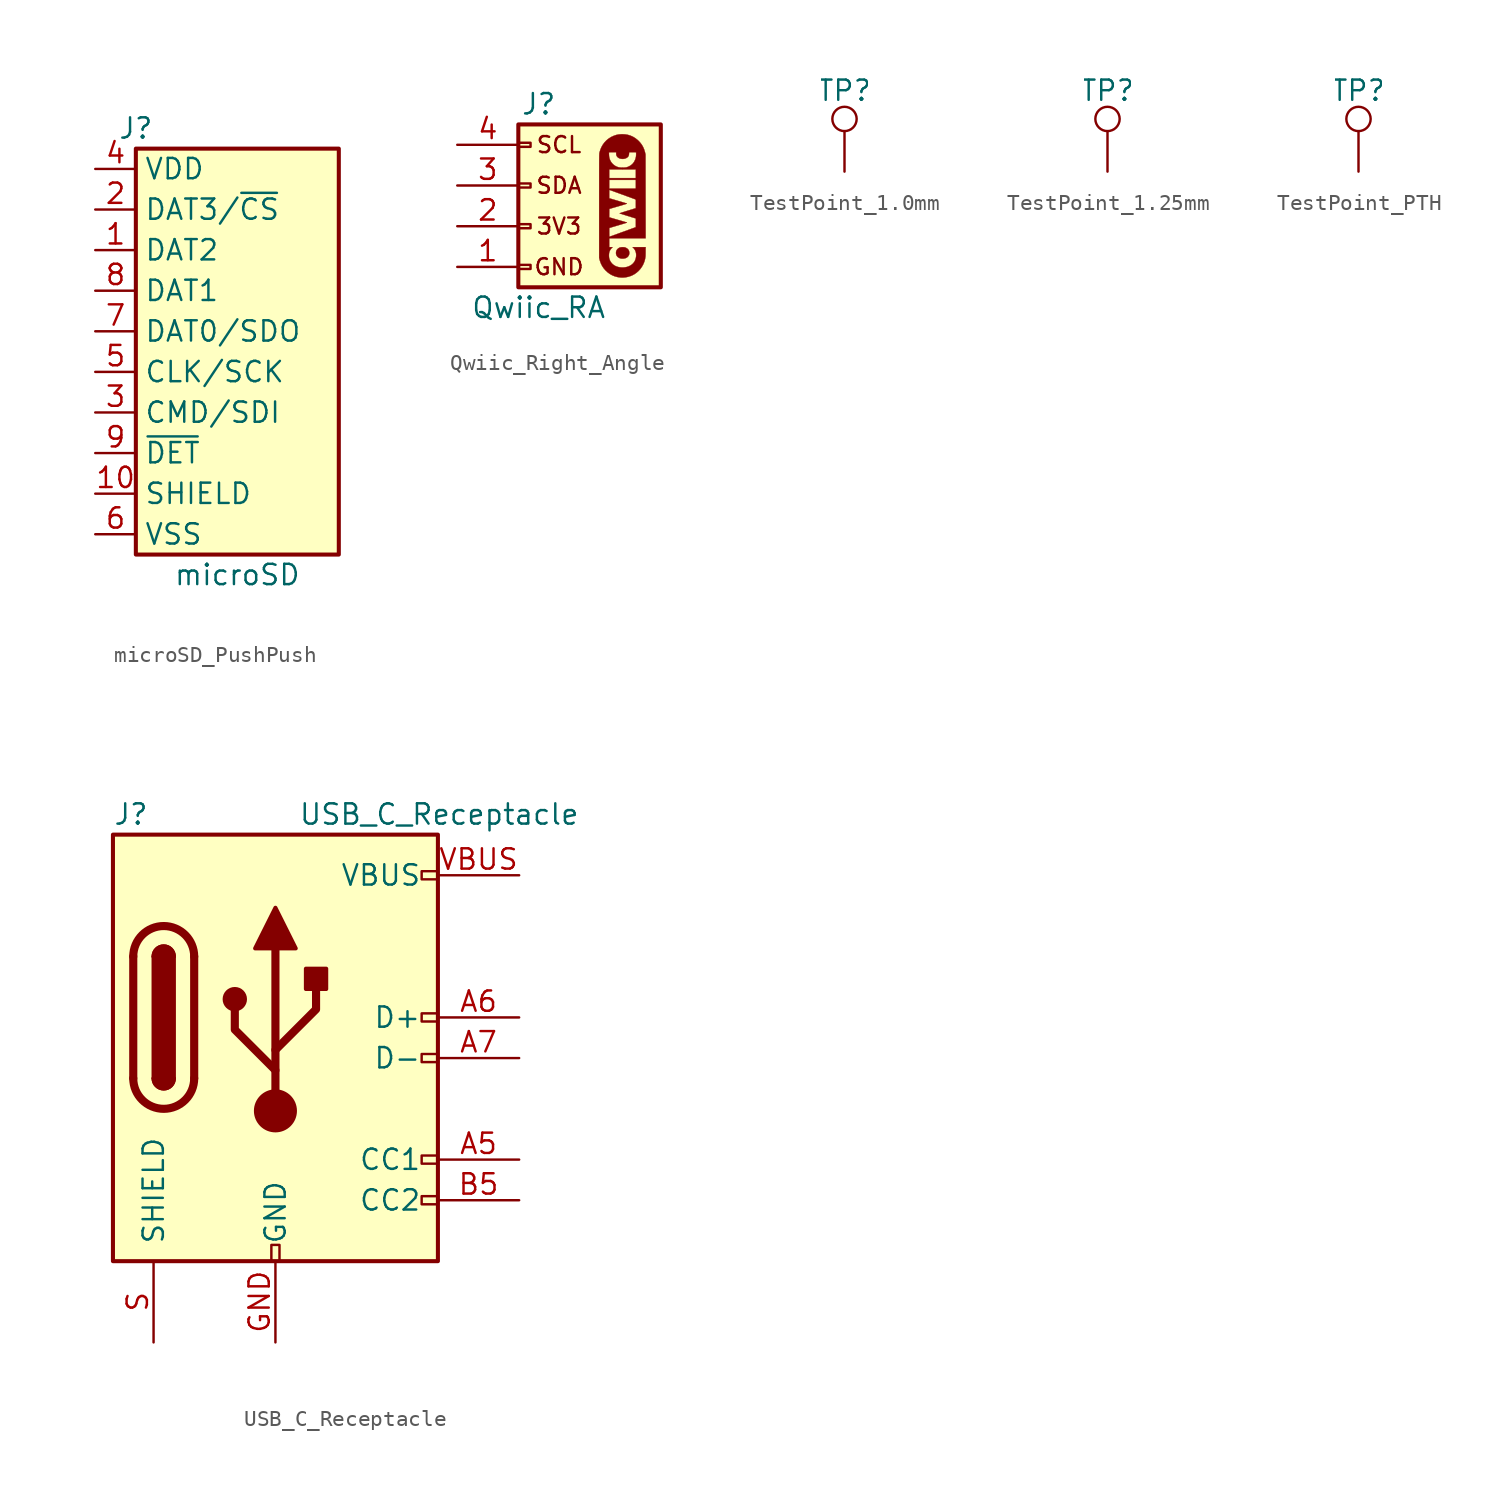
<source format=kicad_sym>
(kicad_symbol_lib
  (version 20231120)
  (generator "kicad_symbol_editor")
  (generator_version "8.0")
  (symbol "microSD_PushPush"
    (property "Reference" "J"
      (at -6.35 15.24 0)
      (do_not_autoplace)
      (effects (font (size 1.27 1.27))))
    (property "Value" "microSD"
      (at 0 -12.7 0)
      (do_not_autoplace)
      (effects (font (size 1.27 1.27))))
    (symbol "microSD_PushPush_1_1"
      (rectangle (start -6.35 13.97) (end 6.35 -11.43) (stroke (width 0.254) (type default)) (fill (type background)))
      (pin bidirectional line (at -8.89 7.62 0) (length 2.54) (name "DAT2" (effects (font (size 1.27 1.27)))) (number "1" (effects (font (size 1.27 1.27)))))
      (pin passive line (at -8.89 -7.62 0) (length 2.54) (name "SHIELD" (effects (font (size 1.27 1.27)))) (number "10" (effects (font (size 1.27 1.27)))))
      (pin bidirectional line (at -8.89 10.16 0) (length 2.54) (name "DAT3/~{CS}" (effects (font (size 1.27 1.27)))) (number "2" (effects (font (size 1.27 1.27)))))
      (pin input line (at -8.89 -2.54 0) (length 2.54) (name "CMD/SDI" (effects (font (size 1.27 1.27)))) (number "3" (effects (font (size 1.27 1.27)))))
      (pin power_in line (at -8.89 12.7 0) (length 2.54) (name "VDD" (effects (font (size 1.27 1.27)))) (number "4" (effects (font (size 1.27 1.27)))))
      (pin input line (at -8.89 0 0) (length 2.54) (name "CLK/SCK" (effects (font (size 1.27 1.27)))) (number "5" (effects (font (size 1.27 1.27)))))
      (pin power_in line (at -8.89 -10.16 0) (length 2.54) (name "VSS" (effects (font (size 1.27 1.27)))) (number "6" (effects (font (size 1.27 1.27)))))
      (pin bidirectional line (at -8.89 2.54 0) (length 2.54) (name "DAT0/SDO" (effects (font (size 1.27 1.27)))) (number "7" (effects (font (size 1.27 1.27)))))
      (pin bidirectional line (at -8.89 5.08 0) (length 2.54) (name "DAT1" (effects (font (size 1.27 1.27)))) (number "8" (effects (font (size 1.27 1.27)))))
      (pin passive line (at -8.89 -5.08 0) (length 2.54) (name "~{DET}" (effects (font (size 1.27 1.27)))) (number "9" (effects (font (size 1.27 1.27)))))))
  (symbol "Qwiic_Right_Angle"
    (pin_names
      (offset 1.016) hide)
    (property "Reference" "J"
      (at 0 5.08 0)
      (effects (font (size 1.27 1.27))))
    (property "Value" "Qwiic_RA"
      (at 0 -7.62 0)
      (effects (font (size 1.27 1.27))))
    (symbol "Qwiic_Right_Angle_0_0"
      (polyline (pts (xy 5.651 -4.146) (xy 5.63 -4.065) (xy 5.592 -3.998) (xy 5.537 -3.943) (xy 5.463 -3.896) (xy 5.439 -3.884) (xy 5.402 -3.868) (xy 5.368 -3.858) (xy 5.329 -3.852) (xy 5.277 -3.849) (xy 5.218 -3.847) (xy 5.123 -3.856) (xy 5.04 -3.88) (xy 4.97 -3.92) (xy 4.908 -3.976) (xy 4.894 -3.992) (xy 4.854 -4.055) (xy 4.831 -4.124) (xy 4.824 -4.205) (xy 4.824 -4.222) (xy 4.834 -4.301) (xy 4.861 -4.369) (xy 4.905 -4.431) (xy 4.933 -4.459) (xy 5.001 -4.509) (xy 5.079 -4.542) (xy 5.17 -4.559) (xy 5.274 -4.561) (xy 5.326 -4.556) (xy 5.42 -4.535) (xy 5.499 -4.497) (xy 5.564 -4.444) (xy 5.613 -4.376) (xy 5.647 -4.293) (xy 5.65 -4.279) (xy 5.656 -4.232) (xy 5.656 -4.188) (xy 5.651 -4.146)) (stroke (width 0.01) (type default)) (fill (type outline)))
      (polyline (pts (xy 6.669 -0.679) (xy 6.666 1.933) (xy 6.642 2.039) (xy 6.63 2.087) (xy 6.579 2.253) (xy 6.514 2.404) (xy 6.434 2.543) (xy 6.336 2.673) (xy 6.221 2.796) (xy 6.17 2.843) (xy 6.03 2.953) (xy 5.884 3.042) (xy 5.729 3.111) (xy 5.567 3.161) (xy 5.395 3.19) (xy 5.215 3.2) (xy 5.17 3.199) (xy 5.006 3.187) (xy 4.851 3.157) (xy 4.701 3.108) (xy 4.551 3.04) (xy 4.51 3.019) (xy 4.361 2.924) (xy 4.226 2.813) (xy 4.107 2.687) (xy 4.003 2.547) (xy 3.916 2.395) (xy 3.847 2.229) (xy 3.795 2.053) (xy 3.793 2.045) (xy 3.791 2.036) (xy 3.789 2.024) (xy 3.788 2.011) (xy 3.786 1.994) (xy 3.785 1.973) (xy 3.784 1.948) (xy 3.783 1.918) (xy 3.781 1.881) (xy 3.78 1.838) (xy 3.78 1.787) (xy 3.779 1.728) (xy 3.778 1.659) (xy 3.777 1.581) (xy 3.777 1.492) (xy 3.776 1.393) (xy 3.776 1.28) (xy 3.776 1.156) (xy 3.775 1.017) (xy 3.775 0.865) (xy 3.775 0.697) (xy 3.775 0.514) (xy 3.775 0.314) (xy 3.775 0.097) (xy 3.775 -0.139) (xy 3.774 -0.393) (xy 3.774 -0.666) (xy 3.774 -0.96) (xy 3.774 -1.274) (xy 3.774 -4.515) (xy 3.804 -4.632) (xy 3.824 -4.703) (xy 3.884 -4.868) (xy 3.961 -5.021) (xy 4.056 -5.162) (xy 4.17 -5.295) (xy 4.295 -5.412) (xy 4.436 -5.516) (xy 4.586 -5.601) (xy 4.746 -5.666) (xy 4.916 -5.712) (xy 5.096 -5.739) (xy 5.257 -5.744) (xy 5.423 -5.729) (xy 5.589 -5.695) (xy 5.753 -5.642) (xy 5.824 -5.612) (xy 5.973 -5.533) (xy 6.111 -5.436) (xy 6.237 -5.324) (xy 6.349 -5.198) (xy 6.447 -5.06) (xy 6.528 -4.911) (xy 6.593 -4.753) (xy 6.638 -4.588) (xy 6.665 -4.417) (xy 6.665 -4.405) (xy 6.666 -4.37) (xy 6.668 -4.32) (xy 6.669 -4.257) (xy 6.67 -4.186) (xy 6.67 -4.11) (xy 6.672 -3.846) (xy 6.266 -3.846) (xy 5.859 -3.846) (xy 5.922 -3.91) (xy 5.935 -3.924) (xy 6 -4.011) (xy 6.047 -4.11) (xy 6.075 -4.219) (xy 6.085 -4.338) (xy 6.078 -4.451) (xy 6.052 -4.575) (xy 6.007 -4.694) (xy 5.952 -4.786) (xy 5.877 -4.875) (xy 5.786 -4.952) (xy 5.683 -5.013) (xy 5.631 -5.037) (xy 5.564 -5.064) (xy 5.498 -5.083) (xy 5.425 -5.098) (xy 5.338 -5.11) (xy 5.245 -5.116) (xy 5.122 -5.111) (xy 5 -5.094) (xy 4.886 -5.064) (xy 4.786 -5.023) (xy 4.683 -4.962) (xy 4.588 -4.882) (xy 4.509 -4.788) (xy 4.447 -4.681) (xy 4.404 -4.563) (xy 4.403 -4.561) (xy 4.391 -4.499) (xy 4.385 -4.424) (xy 4.383 -4.345) (xy 4.387 -4.266) (xy 4.396 -4.196) (xy 4.409 -4.14) (xy 4.432 -4.082) (xy 4.485 -3.988) (xy 4.555 -3.903) (xy 4.611 -3.846) (xy 4.505 -3.846) (xy 4.4 -3.846) (xy 4.4 -3.569) (xy 4.4 -3.291) (xy 4.405 -3.291) (xy 4.405 -3.202) (xy 4.402 -2.93) (xy 4.402 -2.896) (xy 4.402 -2.808) (xy 4.402 -2.739) (xy 4.404 -2.691) (xy 4.407 -2.661) (xy 4.411 -2.65) (xy 4.414 -2.648) (xy 4.434 -2.642) (xy 4.472 -2.63) (xy 4.527 -2.613) (xy 4.595 -2.592) (xy 4.676 -2.568) (xy 4.767 -2.541) (xy 4.866 -2.512) (xy 4.971 -2.481) (xy 5.017 -2.467) (xy 5.119 -2.437) (xy 5.213 -2.409) (xy 5.298 -2.383) (xy 5.371 -2.36) (xy 5.431 -2.341) (xy 5.475 -2.326) (xy 5.503 -2.317) (xy 5.511 -2.312) (xy 5.505 -2.31) (xy 5.48 -2.302) (xy 5.437 -2.288) (xy 5.379 -2.271) (xy 5.309 -2.25) (xy 5.228 -2.226) (xy 5.138 -2.2) (xy 5.041 -2.172) (xy 4.985 -2.156) (xy 4.886 -2.128) (xy 4.793 -2.101) (xy 4.706 -2.076) (xy 4.63 -2.054) (xy 4.567 -2.035) (xy 4.519 -2.021) (xy 4.489 -2.012) (xy 4.399 -1.985) (xy 4.402 -1.723) (xy 4.405 -1.461) (xy 4.584 -1.408) (xy 4.616 -1.399) (xy 4.774 -1.353) (xy 4.912 -1.313) (xy 5.032 -1.278) (xy 5.135 -1.248) (xy 5.222 -1.222) (xy 5.295 -1.2) (xy 5.354 -1.182) (xy 5.402 -1.168) (xy 5.438 -1.156) (xy 5.465 -1.147) (xy 5.483 -1.139) (xy 5.495 -1.134) (xy 5.5 -1.13) (xy 5.5 -1.126) (xy 5.497 -1.124) (xy 5.492 -1.121) (xy 5.49 -1.121) (xy 5.469 -1.114) (xy 5.43 -1.102) (xy 5.374 -1.085) (xy 5.305 -1.064) (xy 5.224 -1.04) (xy 5.133 -1.013) (xy 5.034 -0.984) (xy 4.93 -0.953) (xy 4.4 -0.797) (xy 4.4 -0.533) (xy 4.4 -0.479) (xy 4.4 -0.411) (xy 4.402 -0.353) (xy 4.403 -0.308) (xy 4.405 -0.279) (xy 4.407 -0.269) (xy 4.409 -0.269) (xy 4.428 -0.276) (xy 4.466 -0.289) (xy 4.52 -0.309) (xy 4.59 -0.334) (xy 4.673 -0.364) (xy 4.768 -0.399) (xy 4.874 -0.437) (xy 4.988 -0.479) (xy 5.11 -0.524) (xy 5.238 -0.57) (xy 6.063 -0.872) (xy 6.063 -0.193) (xy 5.231 -0.193) (xy 4.4 -0.193) (xy 4.4 0.079) (xy 4.4 0.351) (xy 5.231 0.351) (xy 6.063 0.351) (xy 6.063 0.46) (xy 5.231 0.46) (xy 4.4 0.46) (xy 4.4 0.732) (xy 4.4 1.004) (xy 5.231 1.004) (xy 5.237 1.004) (xy 5.237 1.118) (xy 5.146 1.119) (xy 5.067 1.125) (xy 4.997 1.136) (xy 4.933 1.153) (xy 4.868 1.178) (xy 4.797 1.213) (xy 4.766 1.23) (xy 4.681 1.29) (xy 4.601 1.365) (xy 4.531 1.449) (xy 4.478 1.536) (xy 4.469 1.556) (xy 4.431 1.646) (xy 4.405 1.735) (xy 4.391 1.83) (xy 4.385 1.939) (xy 4.383 2.075) (xy 4.609 2.078) (xy 4.835 2.08) (xy 4.835 1.996) (xy 4.837 1.948) (xy 4.849 1.886) (xy 4.874 1.832) (xy 4.914 1.779) (xy 4.973 1.729) (xy 5.046 1.692) (xy 5.128 1.669) (xy 5.215 1.659) (xy 5.304 1.663) (xy 5.39 1.681) (xy 5.47 1.714) (xy 5.54 1.76) (xy 5.573 1.792) (xy 5.607 1.844) (xy 5.628 1.907) (xy 5.637 1.984) (xy 5.642 2.08) (xy 5.861 2.078) (xy 6.08 2.075) (xy 6.081 1.971) (xy 6.081 1.921) (xy 6.074 1.813) (xy 6.055 1.716) (xy 6.024 1.62) (xy 5.978 1.52) (xy 5.934 1.446) (xy 5.857 1.35) (xy 5.765 1.27) (xy 5.659 1.206) (xy 5.625 1.189) (xy 5.565 1.163) (xy 5.51 1.143) (xy 5.455 1.131) (xy 5.395 1.123) (xy 5.324 1.119) (xy 5.237 1.118) (xy 5.237 1.004) (xy 6.063 1.004) (xy 6.063 0.732) (xy 6.063 0.46) (xy 6.063 0.351) (xy 6.063 0.079) (xy 6.063 -0.193) (xy 6.063 -0.872) (xy 6.063 -1.144) (xy 6.063 -1.416) (xy 5.552 -1.573) (xy 5.536 -1.578) (xy 5.436 -1.609) (xy 5.344 -1.638) (xy 5.26 -1.664) (xy 5.188 -1.687) (xy 5.129 -1.707) (xy 5.085 -1.722) (xy 5.058 -1.732) (xy 5.049 -1.737) (xy 5.049 -1.737) (xy 5.062 -1.742) (xy 5.094 -1.753) (xy 5.142 -1.768) (xy 5.205 -1.789) (xy 5.28 -1.812) (xy 5.366 -1.839) (xy 5.46 -1.869) (xy 5.56 -1.9) (xy 6.063 -2.056) (xy 6.063 -2.328) (xy 6.063 -2.601) (xy 5.234 -2.902) (xy 4.405 -3.202) (xy 4.405 -3.291) (xy 5.536 -3.291) (xy 6.673 -3.291) (xy 6.669 -0.679)) (stroke (width 0.01) (type default)) (fill (type outline))))
    (symbol "Qwiic_Right_Angle_1_1"
      (rectangle (start -1.27 -4.953) (end -0.508 -5.207) (stroke (width 0.152) (type default)) (fill (type none)))
      (rectangle (start -1.27 -2.413) (end -0.508 -2.667) (stroke (width 0.152) (type default)) (fill (type none)))
      (rectangle (start -1.27 0.127) (end -0.508 -0.127) (stroke (width 0.152) (type default)) (fill (type none)))
      (rectangle (start -1.27 2.667) (end -0.508 2.413) (stroke (width 0.152) (type default)) (fill (type none)))
      (rectangle (start -1.27 3.81) (end 7.62 -6.35) (stroke (width 0.254) (type default)) (fill (type background)))
      (text "3V3" (at 1.27 -2.54 0) (effects (font (size 1 1))))
      (text "GND" (at 1.27 -5.08 0) (effects (font (size 1 1))))
      (text "SCL" (at 1.27 2.54 0) (effects (font (size 1 1))))
      (text "SDA" (at 1.27 0 0) (effects (font (size 1 1))))
      (pin passive line (at -5.08 -5.08 0) (length 3.81) (name "Pin_1" (effects (font (size 1.27 1.27)))) (number "1" (effects (font (size 1.27 1.27)))))
      (pin passive line (at -5.08 -2.54 0) (length 3.81) (name "Pin_2" (effects (font (size 1.27 1.27)))) (number "2" (effects (font (size 1.27 1.27)))))
      (pin passive line (at -5.08 0 0) (length 3.81) (name "Pin_3" (effects (font (size 1.27 1.27)))) (number "3" (effects (font (size 1.27 1.27)))))
      (pin passive line (at -5.08 2.54 0) (length 3.81) (name "Pin_4" (effects (font (size 1.27 1.27)))) (number "4" (effects (font (size 1.27 1.27)))))
      (pin no_connect line (at 5.08 3.81 270) (length 2.54) hide (name "NC" (effects (font (size 1.27 1.27)))) (number "NC1" (effects (font (size 1.27 1.27)))))
      (pin no_connect line (at 6.35 3.81 270) (length 2.54) hide (name "NC" (effects (font (size 1.27 1.27)))) (number "NC2" (effects (font (size 1.27 1.27)))))))
  (symbol "TestPoint_1.0mm"
    (pin_numbers hide)
    (pin_names
      (offset 0.762) hide)
    (property "Reference" "TP"
      (at 0 5.08 0)
      (do_not_autoplace)
      (effects (font (size 1.27 1.27))))
    (symbol "TestPoint_1.0mm_0_1"
      (circle (center 0 3.302) (radius 0.762) (stroke (width 0) (type default)) (fill (type none))))
    (symbol "TestPoint_1.0mm_1_1"
      (pin passive line (at 0 0 90) (length 2.54) (name "1" (effects (font (size 1.27 1.27)))) (number "1" (effects (font (size 1.27 1.27)))))))
  (symbol "TestPoint_1.25mm"
    (pin_numbers hide)
    (pin_names
      (offset 0.762) hide)
    (property "Reference" "TP"
      (at 0 5.08 0)
      (do_not_autoplace)
      (effects (font (size 1.27 1.27))))
    (symbol "TestPoint_1.25mm_0_1"
      (circle (center 0 3.302) (radius 0.762) (stroke (width 0) (type default)) (fill (type none))))
    (symbol "TestPoint_1.25mm_1_1"
      (pin passive line (at 0 0 90) (length 2.54) (name "1" (effects (font (size 1.27 1.27)))) (number "1" (effects (font (size 1.27 1.27)))))))
  (symbol "TestPoint_PTH"
    (pin_numbers hide)
    (pin_names
      (offset 0.762) hide)
    (property "Reference" "TP"
      (at 0 5.08 0)
      (do_not_autoplace)
      (effects (font (size 1.27 1.27))))
    (symbol "TestPoint_PTH_0_1"
      (circle (center 0 3.302) (radius 0.762) (stroke (width 0) (type default)) (fill (type none))))
    (symbol "TestPoint_PTH_1_1"
      (pin passive line (at 0 0 90) (length 2.54) (name "1" (effects (font (size 1.27 1.27)))) (number "1" (effects (font (size 1.27 1.27)))))))
  (symbol "USB_C_Receptacle"
    (pin_names
      (offset 1.016))
    (property "Reference" "J"
      (at -10.16 12.7 0)
      (effects (font (size 1.27 1.27)) (justify left)))
    (property "Value" "USB_C_Receptacle"
      (at 19.05 12.7 0)
      (effects (font (size 1.27 1.27)) (justify right)))
    (symbol "USB_C_Receptacle_0_0"
      (rectangle (start -0.254 -15.24) (end 0.254 -14.224) (stroke (width 0) (type default)) (fill (type none)))
      (rectangle (start 10.16 -11.176) (end 9.144 -11.684) (stroke (width 0) (type default)) (fill (type none)))
      (rectangle (start 10.16 -8.636) (end 9.144 -9.144) (stroke (width 0) (type default)) (fill (type none)))
      (rectangle (start 10.16 -2.286) (end 9.144 -2.794) (stroke (width 0) (type default)) (fill (type none)))
      (rectangle (start 10.16 0.254) (end 9.144 -0.254) (stroke (width 0) (type default)) (fill (type none)))
      (rectangle (start 10.16 9.144) (end 9.144 8.636) (stroke (width 0) (type default)) (fill (type none))))
    (symbol "USB_C_Receptacle_0_1"
      (rectangle (start -10.16 11.43) (end 10.16 -15.24) (stroke (width 0.254) (type default)) (fill (type background)))
      (arc (start -8.89 -3.81) (mid -6.985 -5.7067) (end -5.08 -3.81) (stroke (width 0.508) (type default)) (fill (type none)))
      (arc (start -7.62 -3.81) (mid -6.985 -4.4423) (end -6.35 -3.81) (stroke (width 0.254) (type default)) (fill (type none)))
      (arc (start -7.62 -3.81) (mid -6.985 -4.4423) (end -6.35 -3.81) (stroke (width 0.254) (type default)) (fill (type outline)))
      (rectangle (start -7.62 -3.81) (end -6.35 3.81) (stroke (width 0.254) (type default)) (fill (type outline)))
      (arc (start -6.35 3.81) (mid -6.985 4.4423) (end -7.62 3.81) (stroke (width 0.254) (type default)) (fill (type none)))
      (arc (start -6.35 3.81) (mid -6.985 4.4423) (end -7.62 3.81) (stroke (width 0.254) (type default)) (fill (type outline)))
      (arc (start -5.08 3.81) (mid -6.985 5.7067) (end -8.89 3.81) (stroke (width 0.508) (type default)) (fill (type none)))
      (circle (center -2.54 1.143) (radius 0.635) (stroke (width 0.254) (type default)) (fill (type outline)))
      (circle (center 0 -5.842) (radius 1.27) (stroke (width 0) (type default)) (fill (type outline)))
      (polyline (pts (xy -8.89 -3.81) (xy -8.89 3.81)) (stroke (width 0.508) (type default)) (fill (type none)))
      (polyline (pts (xy -5.08 3.81) (xy -5.08 -3.81)) (stroke (width 0.508) (type default)) (fill (type none)))
      (polyline (pts (xy 0 -5.842) (xy 0 4.318)) (stroke (width 0.508) (type default)) (fill (type none)))
      (polyline (pts (xy 0 -3.302) (xy -2.54 -0.762) (xy -2.54 0.508)) (stroke (width 0.508) (type default)) (fill (type none)))
      (polyline (pts (xy 0 -2.032) (xy 2.54 0.508) (xy 2.54 1.778)) (stroke (width 0.508) (type default)) (fill (type none)))
      (polyline (pts (xy -1.27 4.318) (xy 0 6.858) (xy 1.27 4.318) (xy -1.27 4.318)) (stroke (width 0.254) (type default)) (fill (type outline)))
      (rectangle (start 1.905 1.778) (end 3.175 3.048) (stroke (width 0.254) (type default)) (fill (type outline))))
    (symbol "USB_C_Receptacle_1_1"
      (pin bidirectional line (at 15.24 -8.89 180) (length 5.08) (name "CC1" (effects (font (size 1.27 1.27)))) (number "A5" (effects (font (size 1.27 1.27)))))
      (pin bidirectional line (at 15.24 0 180) (length 5.08) (name "D+" (effects (font (size 1.27 1.27)))) (number "A6" (effects (font (size 1.27 1.27)))))
      (pin bidirectional line (at 15.24 -2.54 180) (length 5.08) (name "D-" (effects (font (size 1.27 1.27)))) (number "A7" (effects (font (size 1.27 1.27)))))
      (pin no_connect line (at 2.54 -15.24 90) (length 5.08) hide (name "NC" (effects (font (size 1.27 1.27)))) (number "A8" (effects (font (size 1.27 1.27)))))
      (pin bidirectional line (at 15.24 -11.43 180) (length 5.08) (name "CC2" (effects (font (size 1.27 1.27)))) (number "B5" (effects (font (size 1.27 1.27)))))
      (pin bidirectional line (at 15.24 0 180) (length 5.08) hide (name "D+" (effects (font (size 1.27 1.27)))) (number "B6" (effects (font (size 1.27 1.27)))))
      (pin bidirectional line (at 15.24 -2.54 180) (length 5.08) hide (name "D-" (effects (font (size 1.27 1.27)))) (number "B7" (effects (font (size 1.27 1.27)))))
      (pin no_connect line (at 3.81 -15.24 90) (length 5.08) hide (name "NC" (effects (font (size 1.27 1.27)))) (number "B8" (effects (font (size 1.27 1.27)))))
      (pin passive line (at 0 -20.32 90) (length 5.08) (name "GND" (effects (font (size 1.27 1.27)))) (number "GND" (effects (font (size 1.27 1.27)))))
      (pin no_connect line (at -5.08 -15.24 90) (length 5.08) hide (name "NC" (effects (font (size 1.27 1.27)))) (number "NC1" (effects (font (size 1.27 1.27)))))
      (pin no_connect line (at -3.81 -15.24 90) (length 5.08) hide (name "NC" (effects (font (size 1.27 1.27)))) (number "NC2" (effects (font (size 1.27 1.27)))))
      (pin no_connect line (at -2.54 -15.24 90) (length 5.08) hide (name "NC" (effects (font (size 1.27 1.27)))) (number "NC3" (effects (font (size 1.27 1.27)))))
      (pin passive line (at -7.62 -20.32 90) (length 5.08) (name "SHIELD" (effects (font (size 1.27 1.27)))) (number "S" (effects (font (size 1.27 1.27)))))
      (pin power_out line (at 15.24 8.89 180) (length 5.08) (name "VBUS" (effects (font (size 1.27 1.27)))) (number "VBUS" (effects (font (size 1.27 1.27))))))))
</source>
